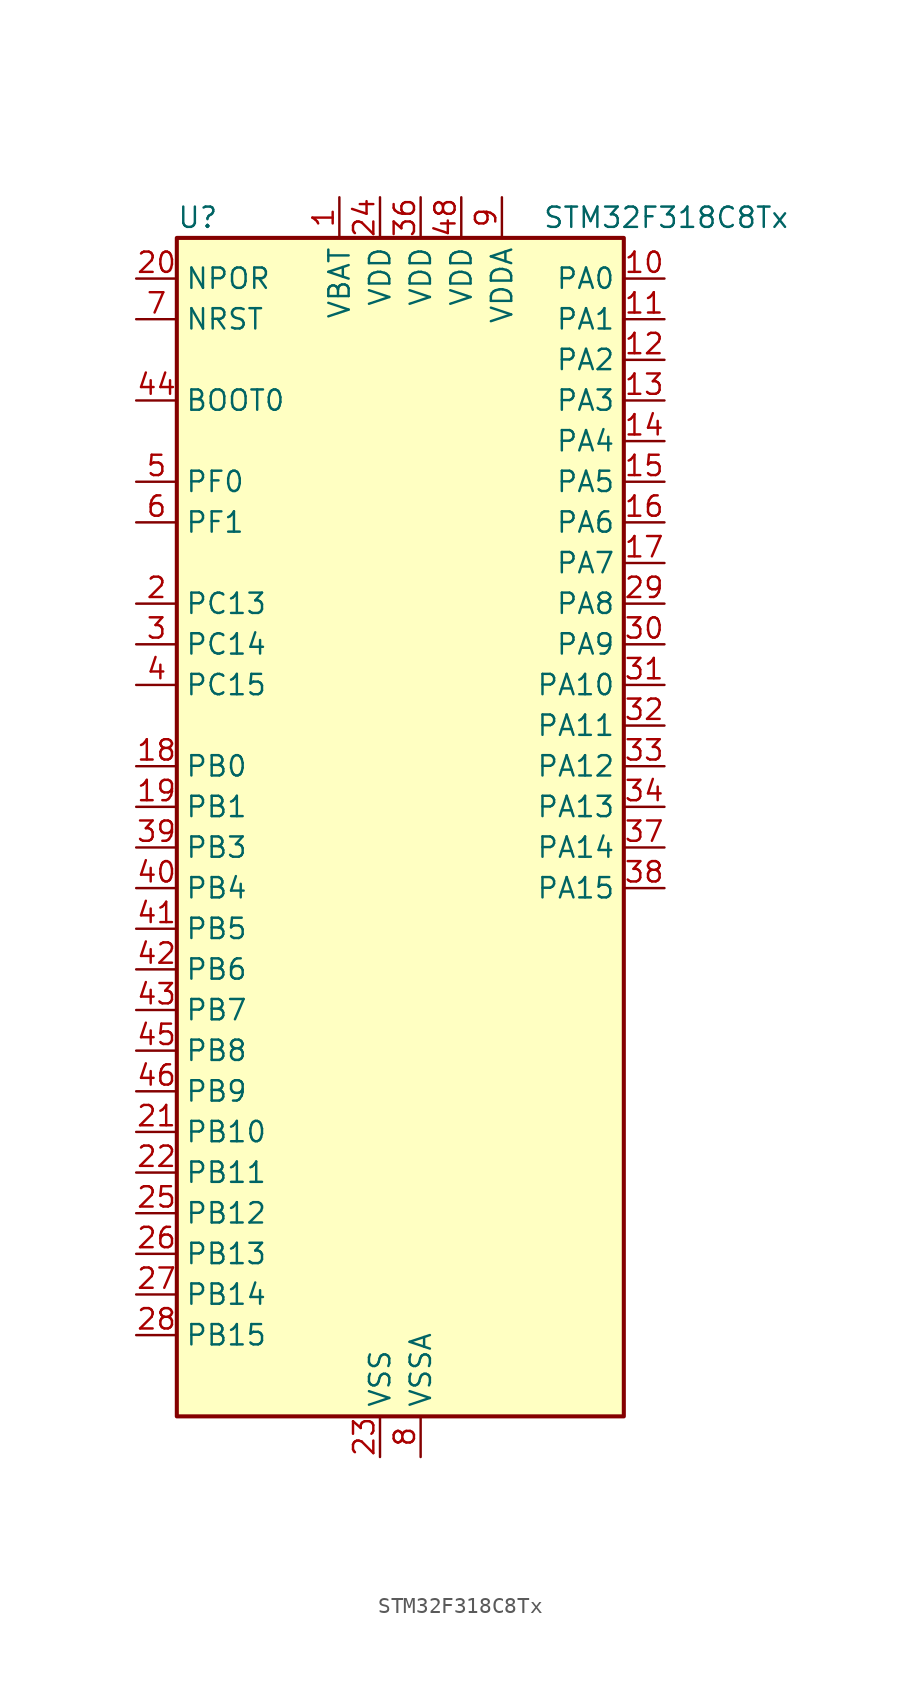
<source format=kicad_sym>
(kicad_symbol_lib
  (version 20220914)
  (generator kicad_symbol_editor)
  (symbol "STM32F318C8Tx"
    (property "Reference" "U"
      (at -12.7 39.37 0)
      (effects (font (size 1.27 1.27)) (justify left)))
    (property "Value" "STM32F318C8Tx"
      (at 10.16 39.37 0)
      (effects (font (size 1.27 1.27)) (justify left)))
    (property "ki_locked" ""
      (at 0 0 0)
      (effects (font (size 1.27 1.27))))
    (symbol "STM32F318C8Tx_0_1"
      (rectangle (start -12.7 -35.56) (end 15.24 38.1) (stroke (width 0.254) (type default)) (fill (type background))))
    (symbol "STM32F318C8Tx_1_1"
      (pin power_in line (at -2.54 40.64 270) (length 2.54) (name "VBAT" (effects (font (size 1.27 1.27)))) (number "1" (effects (font (size 1.27 1.27)))))
      (pin bidirectional line (at 17.78 35.56 180) (length 2.54) (name "PA0" (effects (font (size 1.27 1.27)))) (number "10" (effects (font (size 1.27 1.27)))) (alternate "ADC1_IN1" bidirectional line) (alternate "RTC_TAMP2" bidirectional line) (alternate "SYS_WKUP1" bidirectional line) (alternate "TIM2_CH1" bidirectional line) (alternate "TIM2_ETR" bidirectional line) (alternate "TSC_G1_IO1" bidirectional line) (alternate "USART2_CTS" bidirectional line))
      (pin bidirectional line (at 17.78 33.02 180) (length 2.54) (name "PA1" (effects (font (size 1.27 1.27)))) (number "11" (effects (font (size 1.27 1.27)))) (alternate "ADC1_IN2" bidirectional line) (alternate "RTC_REFIN" bidirectional line) (alternate "TIM15_CH1N" bidirectional line) (alternate "TIM2_CH2" bidirectional line) (alternate "TSC_G1_IO2" bidirectional line) (alternate "USART2_DE" bidirectional line) (alternate "USART2_RTS" bidirectional line))
      (pin bidirectional line (at 17.78 30.48 180) (length 2.54) (name "PA2" (effects (font (size 1.27 1.27)))) (number "12" (effects (font (size 1.27 1.27)))) (alternate "ADC1_IN3" bidirectional line) (alternate "COMP2_INM" bidirectional line) (alternate "COMP2_OUT" bidirectional line) (alternate "TIM15_CH1" bidirectional line) (alternate "TIM2_CH3" bidirectional line) (alternate "TSC_G1_IO3" bidirectional line) (alternate "USART2_TX" bidirectional line))
      (pin bidirectional line (at 17.78 27.94 180) (length 2.54) (name "PA3" (effects (font (size 1.27 1.27)))) (number "13" (effects (font (size 1.27 1.27)))) (alternate "ADC1_IN4" bidirectional line) (alternate "TIM15_CH2" bidirectional line) (alternate "TIM2_CH4" bidirectional line) (alternate "TSC_G1_IO4" bidirectional line) (alternate "USART2_RX" bidirectional line))
      (pin bidirectional line (at 17.78 25.4 180) (length 2.54) (name "PA4" (effects (font (size 1.27 1.27)))) (number "14" (effects (font (size 1.27 1.27)))) (alternate "ADC1_IN5" bidirectional line) (alternate "COMP2_INM" bidirectional line) (alternate "COMP4_INM" bidirectional line) (alternate "COMP6_INM" bidirectional line) (alternate "DAC_OUT1" bidirectional line) (alternate "I2S3_WS" bidirectional line) (alternate "SPI3_NSS" bidirectional line) (alternate "TSC_G2_IO1" bidirectional line) (alternate "USART2_CK" bidirectional line))
      (pin bidirectional line (at 17.78 22.86 180) (length 2.54) (name "PA5" (effects (font (size 1.27 1.27)))) (number "15" (effects (font (size 1.27 1.27)))) (alternate "OPAMP2_VINM" bidirectional line) (alternate "OPAMP2_VINM_SEC" bidirectional line) (alternate "TIM2_CH1" bidirectional line) (alternate "TIM2_ETR" bidirectional line) (alternate "TSC_G2_IO2" bidirectional line))
      (pin bidirectional line (at 17.78 20.32 180) (length 2.54) (name "PA6" (effects (font (size 1.27 1.27)))) (number "16" (effects (font (size 1.27 1.27)))) (alternate "ADC1_IN10" bidirectional line) (alternate "OPAMP2_VOUT" bidirectional line) (alternate "TIM16_CH1" bidirectional line) (alternate "TIM1_BKIN" bidirectional line) (alternate "TSC_G2_IO3" bidirectional line))
      (pin bidirectional line (at 17.78 17.78 180) (length 2.54) (name "PA7" (effects (font (size 1.27 1.27)))) (number "17" (effects (font (size 1.27 1.27)))) (alternate "ADC1_IN15" bidirectional line) (alternate "COMP2_INP" bidirectional line) (alternate "OPAMP2_VINP" bidirectional line) (alternate "OPAMP2_VINP_SEC" bidirectional line) (alternate "TIM17_CH1" bidirectional line) (alternate "TIM1_CH1N" bidirectional line) (alternate "TSC_G2_IO4" bidirectional line))
      (pin bidirectional line (at -15.24 5.08 0) (length 2.54) (name "PB0" (effects (font (size 1.27 1.27)))) (number "18" (effects (font (size 1.27 1.27)))) (alternate "ADC1_IN11" bidirectional line) (alternate "COMP4_INP" bidirectional line) (alternate "OPAMP2_VINP" bidirectional line) (alternate "OPAMP2_VINP_SEC" bidirectional line) (alternate "TIM1_CH2N" bidirectional line) (alternate "TSC_G3_IO2" bidirectional line))
      (pin bidirectional line (at -15.24 2.54 0) (length 2.54) (name "PB1" (effects (font (size 1.27 1.27)))) (number "19" (effects (font (size 1.27 1.27)))) (alternate "ADC1_IN12" bidirectional line) (alternate "COMP4_OUT" bidirectional line) (alternate "TIM1_CH3N" bidirectional line) (alternate "TSC_G3_IO3" bidirectional line))
      (pin bidirectional line (at -15.24 15.24 0) (length 2.54) (name "PC13" (effects (font (size 1.27 1.27)))) (number "2" (effects (font (size 1.27 1.27)))) (alternate "RTC_OUT_ALARM" bidirectional line) (alternate "RTC_OUT_CALIB" bidirectional line) (alternate "RTC_TAMP1" bidirectional line) (alternate "RTC_TS" bidirectional line) (alternate "SYS_WKUP2" bidirectional line) (alternate "TIM1_CH1N" bidirectional line))
      (pin input line (at -15.24 35.56 0) (length 2.54) (name "NPOR" (effects (font (size 1.27 1.27)))) (number "20" (effects (font (size 1.27 1.27)))))
      (pin bidirectional line (at -15.24 -17.78 0) (length 2.54) (name "PB10" (effects (font (size 1.27 1.27)))) (number "21" (effects (font (size 1.27 1.27)))) (alternate "TIM2_CH3" bidirectional line) (alternate "TSC_SYNC" bidirectional line) (alternate "USART3_TX" bidirectional line))
      (pin bidirectional line (at -15.24 -20.32 0) (length 2.54) (name "PB11" (effects (font (size 1.27 1.27)))) (number "22" (effects (font (size 1.27 1.27)))) (alternate "ADC1_EXTI11" bidirectional line) (alternate "ADC1_IN14" bidirectional line) (alternate "COMP6_INP" bidirectional line) (alternate "TIM2_CH4" bidirectional line) (alternate "TSC_G6_IO1" bidirectional line) (alternate "USART3_RX" bidirectional line))
      (pin power_in line (at 0 -38.1 90) (length 2.54) (name "VSS" (effects (font (size 1.27 1.27)))) (number "23" (effects (font (size 1.27 1.27)))))
      (pin power_in line (at 0 40.64 270) (length 2.54) (name "VDD" (effects (font (size 1.27 1.27)))) (number "24" (effects (font (size 1.27 1.27)))))
      (pin bidirectional line (at -15.24 -22.86 0) (length 2.54) (name "PB12" (effects (font (size 1.27 1.27)))) (number "25" (effects (font (size 1.27 1.27)))) (alternate "I2C2_SMBA" bidirectional line) (alternate "I2S2_WS" bidirectional line) (alternate "SPI2_NSS" bidirectional line) (alternate "TIM1_BKIN" bidirectional line) (alternate "TSC_G6_IO2" bidirectional line) (alternate "USART3_CK" bidirectional line))
      (pin bidirectional line (at -15.24 -25.4 0) (length 2.54) (name "PB13" (effects (font (size 1.27 1.27)))) (number "26" (effects (font (size 1.27 1.27)))) (alternate "ADC1_IN13" bidirectional line) (alternate "I2S2_CK" bidirectional line) (alternate "SPI2_SCK" bidirectional line) (alternate "TIM1_CH1N" bidirectional line) (alternate "TSC_G6_IO3" bidirectional line) (alternate "USART3_CTS" bidirectional line))
      (pin bidirectional line (at -15.24 -27.94 0) (length 2.54) (name "PB14" (effects (font (size 1.27 1.27)))) (number "27" (effects (font (size 1.27 1.27)))) (alternate "I2S2_ext_SD" bidirectional line) (alternate "OPAMP2_VINP" bidirectional line) (alternate "OPAMP2_VINP_SEC" bidirectional line) (alternate "SPI2_MISO" bidirectional line) (alternate "TIM15_CH1" bidirectional line) (alternate "TIM1_CH2N" bidirectional line) (alternate "TSC_G6_IO4" bidirectional line) (alternate "USART3_DE" bidirectional line) (alternate "USART3_RTS" bidirectional line))
      (pin bidirectional line (at -15.24 -30.48 0) (length 2.54) (name "PB15" (effects (font (size 1.27 1.27)))) (number "28" (effects (font (size 1.27 1.27)))) (alternate "ADC1_EXTI15" bidirectional line) (alternate "COMP6_INM" bidirectional line) (alternate "I2S2_SD" bidirectional line) (alternate "RTC_REFIN" bidirectional line) (alternate "SPI2_MOSI" bidirectional line) (alternate "TIM15_CH1N" bidirectional line) (alternate "TIM15_CH2" bidirectional line) (alternate "TIM1_CH3N" bidirectional line))
      (pin bidirectional line (at 17.78 15.24 180) (length 2.54) (name "PA8" (effects (font (size 1.27 1.27)))) (number "29" (effects (font (size 1.27 1.27)))) (alternate "I2C2_SMBA" bidirectional line) (alternate "I2C3_SCL" bidirectional line) (alternate "I2S2_MCK" bidirectional line) (alternate "RCC_MCO" bidirectional line) (alternate "TIM1_CH1" bidirectional line) (alternate "USART1_CK" bidirectional line))
      (pin bidirectional line (at -15.24 12.7 0) (length 2.54) (name "PC14" (effects (font (size 1.27 1.27)))) (number "3" (effects (font (size 1.27 1.27)))) (alternate "RCC_OSC32_IN" bidirectional line))
      (pin bidirectional line (at 17.78 12.7 180) (length 2.54) (name "PA9" (effects (font (size 1.27 1.27)))) (number "30" (effects (font (size 1.27 1.27)))) (alternate "DAC_EXTI9" bidirectional line) (alternate "I2C2_SCL" bidirectional line) (alternate "I2C3_SMBA" bidirectional line) (alternate "I2S3_MCK" bidirectional line) (alternate "TIM15_BKIN" bidirectional line) (alternate "TIM1_CH2" bidirectional line) (alternate "TIM2_CH3" bidirectional line) (alternate "TSC_G4_IO1" bidirectional line) (alternate "USART1_TX" bidirectional line))
      (pin bidirectional line (at 17.78 10.16 180) (length 2.54) (name "PA10" (effects (font (size 1.27 1.27)))) (number "31" (effects (font (size 1.27 1.27)))) (alternate "COMP6_OUT" bidirectional line) (alternate "I2C2_SDA" bidirectional line) (alternate "I2S2_ext_SD" bidirectional line) (alternate "SPI2_MISO" bidirectional line) (alternate "TIM17_BKIN" bidirectional line) (alternate "TIM1_CH3" bidirectional line) (alternate "TIM2_CH4" bidirectional line) (alternate "TSC_G4_IO2" bidirectional line) (alternate "USART1_RX" bidirectional line))
      (pin bidirectional line (at 17.78 7.62 180) (length 2.54) (name "PA11" (effects (font (size 1.27 1.27)))) (number "32" (effects (font (size 1.27 1.27)))) (alternate "ADC1_EXTI11" bidirectional line) (alternate "I2S2_SD" bidirectional line) (alternate "SPI2_MOSI" bidirectional line) (alternate "TIM1_BKIN2" bidirectional line) (alternate "TIM1_CH1N" bidirectional line) (alternate "TIM1_CH4" bidirectional line) (alternate "USART1_CTS" bidirectional line))
      (pin bidirectional line (at 17.78 5.08 180) (length 2.54) (name "PA12" (effects (font (size 1.27 1.27)))) (number "33" (effects (font (size 1.27 1.27)))) (alternate "COMP2_OUT" bidirectional line) (alternate "I2S_CKIN" bidirectional line) (alternate "TIM16_CH1" bidirectional line) (alternate "TIM1_CH2N" bidirectional line) (alternate "TIM1_ETR" bidirectional line) (alternate "USART1_DE" bidirectional line) (alternate "USART1_RTS" bidirectional line))
      (pin bidirectional line (at 17.78 2.54 180) (length 2.54) (name "PA13" (effects (font (size 1.27 1.27)))) (number "34" (effects (font (size 1.27 1.27)))) (alternate "IR_OUT" bidirectional line) (alternate "SYS_JTMS-SWDIO" bidirectional line) (alternate "TIM16_CH1N" bidirectional line) (alternate "TSC_G4_IO3" bidirectional line) (alternate "USART3_CTS" bidirectional line))
      (pin passive line (at 0 -38.1 90) (length 2.54) hide (name "VSS" (effects (font (size 1.27 1.27)))) (number "35" (effects (font (size 1.27 1.27)))))
      (pin power_in line (at 2.54 40.64 270) (length 2.54) (name "VDD" (effects (font (size 1.27 1.27)))) (number "36" (effects (font (size 1.27 1.27)))))
      (pin bidirectional line (at 17.78 0 180) (length 2.54) (name "PA14" (effects (font (size 1.27 1.27)))) (number "37" (effects (font (size 1.27 1.27)))) (alternate "I2C1_SDA" bidirectional line) (alternate "SYS_JTCK-SWCLK" bidirectional line) (alternate "TIM1_BKIN" bidirectional line) (alternate "TSC_G4_IO4" bidirectional line) (alternate "USART2_TX" bidirectional line))
      (pin bidirectional line (at 17.78 -2.54 180) (length 2.54) (name "PA15" (effects (font (size 1.27 1.27)))) (number "38" (effects (font (size 1.27 1.27)))) (alternate "ADC1_EXTI15" bidirectional line) (alternate "I2C1_SCL" bidirectional line) (alternate "I2S3_WS" bidirectional line) (alternate "SPI3_NSS" bidirectional line) (alternate "SYS_JTDI" bidirectional line) (alternate "TIM1_BKIN" bidirectional line) (alternate "TIM2_CH1" bidirectional line) (alternate "TIM2_ETR" bidirectional line) (alternate "TSC_SYNC" bidirectional line) (alternate "USART2_RX" bidirectional line))
      (pin bidirectional line (at -15.24 0 0) (length 2.54) (name "PB3" (effects (font (size 1.27 1.27)))) (number "39" (effects (font (size 1.27 1.27)))) (alternate "I2S3_CK" bidirectional line) (alternate "SPI3_SCK" bidirectional line) (alternate "SYS_JTDO-TRACESWO" bidirectional line) (alternate "TIM2_CH2" bidirectional line) (alternate "TSC_G5_IO1" bidirectional line) (alternate "USART2_TX" bidirectional line))
      (pin bidirectional line (at -15.24 10.16 0) (length 2.54) (name "PC15" (effects (font (size 1.27 1.27)))) (number "4" (effects (font (size 1.27 1.27)))) (alternate "ADC1_EXTI15" bidirectional line) (alternate "RCC_OSC32_OUT" bidirectional line))
      (pin bidirectional line (at -15.24 -2.54 0) (length 2.54) (name "PB4" (effects (font (size 1.27 1.27)))) (number "40" (effects (font (size 1.27 1.27)))) (alternate "I2S3_ext_SD" bidirectional line) (alternate "SPI3_MISO" bidirectional line) (alternate "SYS_NJTRST" bidirectional line) (alternate "TIM16_CH1" bidirectional line) (alternate "TIM17_BKIN" bidirectional line) (alternate "TSC_G5_IO2" bidirectional line) (alternate "USART2_RX" bidirectional line))
      (pin bidirectional line (at -15.24 -5.08 0) (length 2.54) (name "PB5" (effects (font (size 1.27 1.27)))) (number "41" (effects (font (size 1.27 1.27)))) (alternate "I2C1_SMBA" bidirectional line) (alternate "I2C3_SDA" bidirectional line) (alternate "I2S3_SD" bidirectional line) (alternate "SPI3_MOSI" bidirectional line) (alternate "TIM16_BKIN" bidirectional line) (alternate "TIM17_CH1" bidirectional line) (alternate "USART2_CK" bidirectional line))
      (pin bidirectional line (at -15.24 -7.62 0) (length 2.54) (name "PB6" (effects (font (size 1.27 1.27)))) (number "42" (effects (font (size 1.27 1.27)))) (alternate "I2C1_SCL" bidirectional line) (alternate "TIM16_CH1N" bidirectional line) (alternate "TSC_G5_IO3" bidirectional line) (alternate "USART1_TX" bidirectional line))
      (pin bidirectional line (at -15.24 -10.16 0) (length 2.54) (name "PB7" (effects (font (size 1.27 1.27)))) (number "43" (effects (font (size 1.27 1.27)))) (alternate "I2C1_SDA" bidirectional line) (alternate "TIM17_CH1N" bidirectional line) (alternate "TSC_G5_IO4" bidirectional line) (alternate "USART1_RX" bidirectional line))
      (pin input line (at -15.24 27.94 0) (length 2.54) (name "BOOT0" (effects (font (size 1.27 1.27)))) (number "44" (effects (font (size 1.27 1.27)))))
      (pin bidirectional line (at -15.24 -12.7 0) (length 2.54) (name "PB8" (effects (font (size 1.27 1.27)))) (number "45" (effects (font (size 1.27 1.27)))) (alternate "I2C1_SCL" bidirectional line) (alternate "TIM16_CH1" bidirectional line) (alternate "TIM1_BKIN" bidirectional line) (alternate "TSC_SYNC" bidirectional line) (alternate "USART3_RX" bidirectional line))
      (pin bidirectional line (at -15.24 -15.24 0) (length 2.54) (name "PB9" (effects (font (size 1.27 1.27)))) (number "46" (effects (font (size 1.27 1.27)))) (alternate "COMP2_OUT" bidirectional line) (alternate "DAC_EXTI9" bidirectional line) (alternate "I2C1_SDA" bidirectional line) (alternate "IR_OUT" bidirectional line) (alternate "TIM17_CH1" bidirectional line) (alternate "USART3_TX" bidirectional line))
      (pin passive line (at 0 -38.1 90) (length 2.54) hide (name "VSS" (effects (font (size 1.27 1.27)))) (number "47" (effects (font (size 1.27 1.27)))))
      (pin power_in line (at 5.08 40.64 270) (length 2.54) (name "VDD" (effects (font (size 1.27 1.27)))) (number "48" (effects (font (size 1.27 1.27)))))
      (pin bidirectional line (at -15.24 22.86 0) (length 2.54) (name "PF0" (effects (font (size 1.27 1.27)))) (number "5" (effects (font (size 1.27 1.27)))) (alternate "I2C2_SDA" bidirectional line) (alternate "I2S2_WS" bidirectional line) (alternate "RCC_OSC_IN" bidirectional line) (alternate "SPI2_NSS" bidirectional line) (alternate "TIM1_CH3N" bidirectional line))
      (pin bidirectional line (at -15.24 20.32 0) (length 2.54) (name "PF1" (effects (font (size 1.27 1.27)))) (number "6" (effects (font (size 1.27 1.27)))) (alternate "I2C2_SCL" bidirectional line) (alternate "I2S2_CK" bidirectional line) (alternate "RCC_OSC_OUT" bidirectional line) (alternate "SPI2_SCK" bidirectional line))
      (pin input line (at -15.24 33.02 0) (length 2.54) (name "NRST" (effects (font (size 1.27 1.27)))) (number "7" (effects (font (size 1.27 1.27)))))
      (pin power_in line (at 2.54 -38.1 90) (length 2.54) (name "VSSA" (effects (font (size 1.27 1.27)))) (number "8" (effects (font (size 1.27 1.27)))))
      (pin power_in line (at 7.62 40.64 270) (length 2.54) (name "VDDA" (effects (font (size 1.27 1.27)))) (number "9" (effects (font (size 1.27 1.27))))))))
</source>
